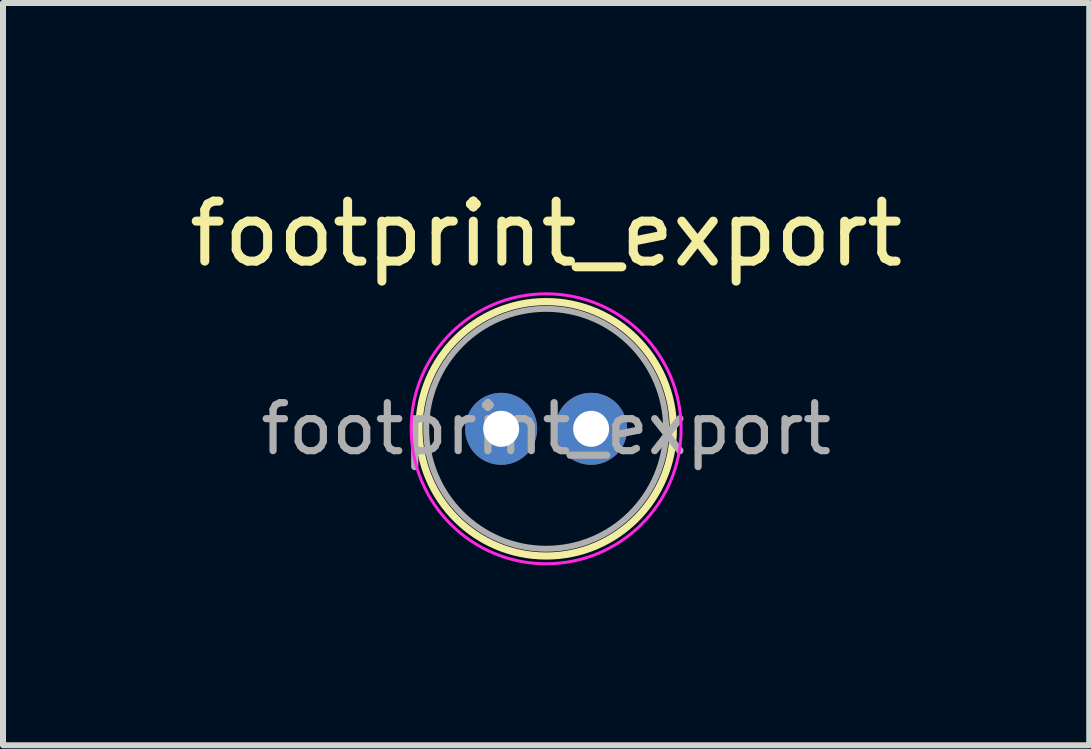
<source format=kicad_pcb>
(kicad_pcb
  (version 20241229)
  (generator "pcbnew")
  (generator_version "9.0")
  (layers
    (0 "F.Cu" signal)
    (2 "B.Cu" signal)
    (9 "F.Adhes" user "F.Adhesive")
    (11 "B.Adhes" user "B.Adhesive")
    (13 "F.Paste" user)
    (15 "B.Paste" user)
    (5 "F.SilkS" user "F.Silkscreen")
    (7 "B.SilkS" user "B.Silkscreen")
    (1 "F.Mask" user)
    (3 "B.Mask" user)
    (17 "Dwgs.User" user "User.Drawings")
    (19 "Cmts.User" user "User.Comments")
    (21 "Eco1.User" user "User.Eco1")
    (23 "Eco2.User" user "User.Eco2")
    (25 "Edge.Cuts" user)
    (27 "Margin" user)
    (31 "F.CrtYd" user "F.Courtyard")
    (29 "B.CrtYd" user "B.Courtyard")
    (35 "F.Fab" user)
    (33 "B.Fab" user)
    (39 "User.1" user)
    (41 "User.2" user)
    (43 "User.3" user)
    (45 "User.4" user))
  (footprint "footprint_export"
    (layer "F.Cu")
    (at 5.304 4.098)
    (property "Reference" "footprint_export" (at 0.75 -3.25 0) (layer "F.SilkS") (effects (font (size 1 1) (thickness 0.15))))
    (attr through_hole)
    (fp_circle (center 0.75 0) (end 2.87 0) (stroke (width 0.12) (type solid)) (fill no) (layer "F.SilkS"))
    (fp_circle (center 0.75 0) (end 3 0) (stroke (width 0.05) (type solid)) (fill no) (layer "F.CrtYd"))
    (fp_circle (center 0.75 0) (end 2.75 0) (stroke (width 0.1) (type solid)) (fill no) (layer "F.Fab"))
    (fp_text user "${REFERENCE}" (at 0.75 0 0) (layer "F.Fab") (effects (font (size 0.8 0.8) (thickness 0.12))))
    (pad "1" thru_hole circle (at 0 0) (size 1.2 1.2) (drill 0.6) (layers "*.Cu" "*.Mask"))
    (pad "2" thru_hole circle (at 1.5 0) (size 1.2 1.2) (drill 0.6) (layers "*.Cu" "*.Mask")))
  (gr_rect
    (start -3 -3)
    (end 15.107 9.373)
    (stroke (width 0.1) (type default))
    (fill no)
    (layer "Edge.Cuts")))
</source>
